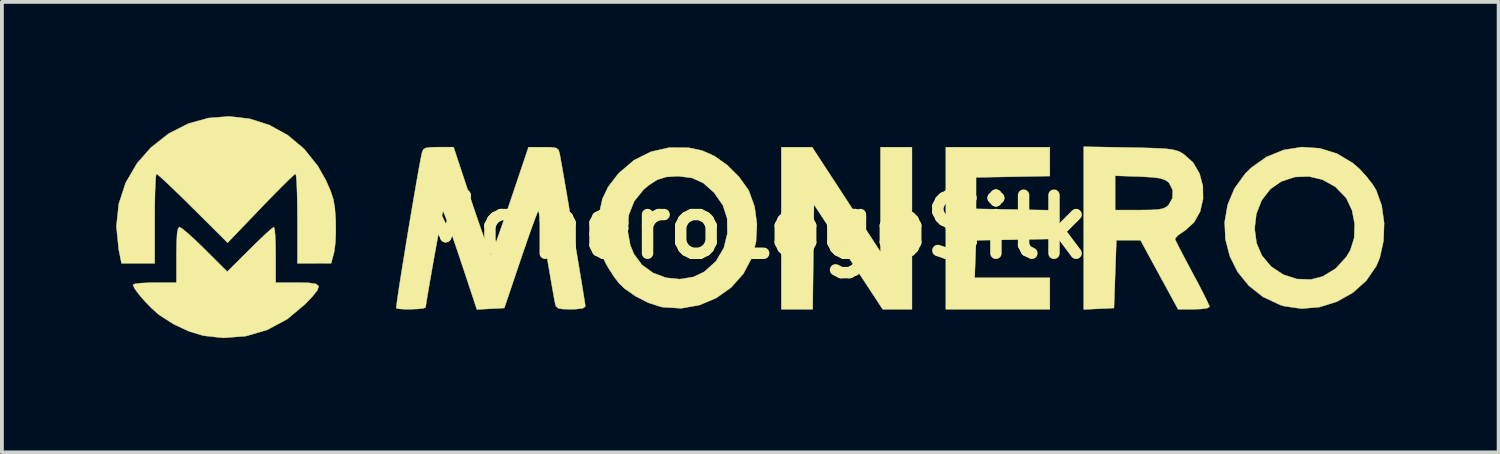
<source format=kicad_pcb>
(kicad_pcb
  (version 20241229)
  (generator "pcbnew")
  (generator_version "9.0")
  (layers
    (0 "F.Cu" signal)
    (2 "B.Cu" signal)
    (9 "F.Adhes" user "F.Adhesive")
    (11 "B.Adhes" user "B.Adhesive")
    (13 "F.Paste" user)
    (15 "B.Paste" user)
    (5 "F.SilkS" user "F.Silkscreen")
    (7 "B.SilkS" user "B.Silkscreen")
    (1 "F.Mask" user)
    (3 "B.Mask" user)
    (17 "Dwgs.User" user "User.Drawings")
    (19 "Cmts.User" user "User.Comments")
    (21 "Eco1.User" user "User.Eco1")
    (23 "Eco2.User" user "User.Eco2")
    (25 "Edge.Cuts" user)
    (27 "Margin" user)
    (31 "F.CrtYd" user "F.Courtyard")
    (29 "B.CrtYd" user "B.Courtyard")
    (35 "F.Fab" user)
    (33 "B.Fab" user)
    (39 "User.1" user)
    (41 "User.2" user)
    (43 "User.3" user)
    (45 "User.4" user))
  (footprint "MoneroLogoSilk"
    (layer "F.Cu")
    (at 16.631 2.908)
    (property "Reference" "MoneroLogoSilk" (at 0 0 0) (layer "F.SilkS") (effects (font (size 1.524 1.524) (thickness 0.3))))
    (attr through_hole)
    (fp_poly (pts (xy 2.533 -0.721) (xy 3.429 0.653) (xy 3.429 -2.095) (xy 4.255 -2.095) (xy 4.255 2.159) (xy 3.486 2.159) (xy 2.584 0.784) (xy 1.683 -0.59) (xy 1.666 0.784) (xy 1.649 2.159) (xy 0.826 2.159) (xy 0.826 -2.095) (xy 1.636 -2.095) (xy 2.533 -0.721)) (stroke (width 0.01) (type solid)) (fill yes) (layer "F.SilkS"))
    (fp_poly (pts (xy 7.874 -1.337) (xy 5.937 -1.302) (xy 5.937 -0.476) (xy 6.906 -0.459) (xy 7.874 -0.441) (xy 7.874 0.314) (xy 5.937 0.349) (xy 5.919 0.841) (xy 5.9 1.333) (xy 7.874 1.333) (xy 7.874 2.159) (xy 5.144 2.159) (xy 5.144 -2.095) (xy 7.874 -2.095) (xy 7.874 -1.337)) (stroke (width 0.01) (type solid)) (fill yes) (layer "F.SilkS"))
    (fp_poly (pts (xy -12.474 0.059) (xy -12.459 0.221) (xy -12.449 0.459) (xy -12.446 0.73) (xy -12.446 1.46) (xy -11.874 1.46) (xy -11.572 1.466) (xy -11.388 1.493) (xy -11.315 1.554) (xy -11.351 1.663) (xy -11.489 1.833) (xy -11.669 2.022) (xy -12.139 2.416) (xy -12.663 2.698) (xy -13.228 2.864) (xy -13.822 2.91) (xy -14.34 2.853) (xy -14.722 2.738) (xy -15.123 2.551) (xy -15.484 2.32) (xy -15.537 2.279) (xy -15.712 2.122) (xy -15.89 1.938) (xy -16.045 1.756) (xy -16.154 1.605) (xy -16.192 1.515) (xy -16.134 1.491) (xy -15.976 1.472) (xy -15.749 1.462) (xy -15.621 1.46) (xy -15.05 1.46) (xy -15.05 0.73) (xy -15.045 0.392) (xy -15.032 0.166) (xy -15.008 0.04) (xy -14.972 0.000015) (xy -14.971 0) (xy -14.899 0.043) (xy -14.758 0.159) (xy -14.566 0.333) (xy -14.344 0.547) (xy -14.305 0.586) (xy -13.716 1.172) (xy -13.127 0.586) (xy -12.905 0.368) (xy -12.714 0.186) (xy -12.572 0.059) (xy -12.497 0.002) (xy -12.492 0) (xy -12.474 0.059)) (stroke (width 0.01) (type solid)) (fill yes) (layer "F.SilkS"))
    (fp_poly (pts (xy -13.128 -2.841) (xy -12.613 -2.677) (xy -12.133 -2.413) (xy -11.703 -2.054) (xy -11.339 -1.601) (xy -11.128 -1.227) (xy -11.009 -0.958) (xy -10.935 -0.737) (xy -10.894 -0.508) (xy -10.872 -0.215) (xy -10.87 -0.161) (xy -10.867 0.139) (xy -10.88 0.423) (xy -10.908 0.641) (xy -10.918 0.683) (xy -10.99 0.952) (xy -11.432 0.953) (xy -11.874 0.953) (xy -11.874 -0.222) (xy -11.877 -0.593) (xy -11.884 -0.915) (xy -11.894 -1.17) (xy -11.907 -1.338) (xy -11.922 -1.398) (xy -11.979 -1.355) (xy -12.108 -1.233) (xy -12.297 -1.047) (xy -12.531 -0.81) (xy -12.796 -0.537) (xy -12.838 -0.493) (xy -13.707 0.413) (xy -14.617 -0.492) (xy -14.895 -0.767) (xy -15.144 -1.007) (xy -15.348 -1.201) (xy -15.495 -1.335) (xy -15.569 -1.395) (xy -15.574 -1.397) (xy -15.589 -1.337) (xy -15.602 -1.169) (xy -15.612 -0.914) (xy -15.619 -0.592) (xy -15.621 -0.222) (xy -15.621 0.953) (xy -16.492 0.953) (xy -16.565 0.593) (xy -16.626 -0.017) (xy -16.564 -0.605) (xy -16.383 -1.16) (xy -16.085 -1.671) (xy -15.725 -2.081) (xy -15.252 -2.453) (xy -14.742 -2.712) (xy -14.208 -2.861) (xy -13.665 -2.903) (xy -13.128 -2.841)) (stroke (width 0.01) (type solid)) (fill yes) (layer "F.SilkS"))
    (fp_poly (pts (xy 14.957 -2.066) (xy 15.411 -1.926) (xy 15.825 -1.678) (xy 15.996 -1.53) (xy 16.181 -1.329) (xy 16.346 -1.117) (xy 16.437 -0.971) (xy 16.583 -0.565) (xy 16.648 -0.106) (xy 16.631 0.365) (xy 16.534 0.805) (xy 16.442 1.025) (xy 16.177 1.411) (xy 15.824 1.726) (xy 15.408 1.959) (xy 14.952 2.102) (xy 14.479 2.143) (xy 14.013 2.075) (xy 13.925 2.048) (xy 13.47 1.835) (xy 13.095 1.539) (xy 12.802 1.177) (xy 12.597 0.767) (xy 12.483 0.326) (xy 12.47 0.044) (xy 13.248 0.044) (xy 13.301 0.427) (xy 13.438 0.748) (xy 13.684 1.04) (xy 13.999 1.249) (xy 14.355 1.365) (xy 14.724 1.378) (xy 15.036 1.298) (xy 15.378 1.089) (xy 15.658 0.781) (xy 15.76 0.609) (xy 15.861 0.289) (xy 15.875 -0.075) (xy 15.806 -0.436) (xy 15.658 -0.75) (xy 15.641 -0.774) (xy 15.368 -1.055) (xy 15.036 -1.24) (xy 14.673 -1.327) (xy 14.302 -1.313) (xy 13.949 -1.196) (xy 13.663 -0.997) (xy 13.433 -0.701) (xy 13.294 -0.343) (xy 13.248 0.044) (xy 12.47 0.044) (xy 12.462 -0.129) (xy 12.54 -0.581) (xy 12.72 -1.012) (xy 13.005 -1.405) (xy 13.151 -1.549) (xy 13.561 -1.84) (xy 14.012 -2.023) (xy 14.484 -2.098) (xy 14.957 -2.066)) (stroke (width 0.01) (type solid)) (fill yes) (layer "F.SilkS"))
    (fp_poly (pts (xy 9.954 -2.086) (xy 10.374 -2.077) (xy 10.688 -2.067) (xy 10.917 -2.054) (xy 11.08 -2.034) (xy 11.199 -2.006) (xy 11.294 -1.967) (xy 11.384 -1.914) (xy 11.634 -1.692) (xy 11.803 -1.403) (xy 11.89 -1.075) (xy 11.895 -0.735) (xy 11.819 -0.408) (xy 11.66 -0.123) (xy 11.419 0.095) (xy 11.393 0.111) (xy 11.247 0.21) (xy 11.167 0.294) (xy 11.161 0.32) (xy 11.196 0.397) (xy 11.28 0.564) (xy 11.403 0.799) (xy 11.553 1.081) (xy 11.621 1.208) (xy 11.778 1.503) (xy 11.911 1.76) (xy 12.008 1.957) (xy 12.06 2.074) (xy 12.065 2.095) (xy 12.006 2.129) (xy 11.85 2.152) (xy 11.652 2.159) (xy 11.239 2.159) (xy 11.075 1.857) (xy 10.973 1.67) (xy 10.832 1.412) (xy 10.675 1.124) (xy 10.582 0.953) (xy 10.254 0.349) (xy 9.62 0.349) (xy 9.557 2.127) (xy 8.763 2.165) (xy 8.763 -0.445) (xy 9.588 -0.445) (xy 10.223 -0.445) (xy 10.523 -0.448) (xy 10.724 -0.46) (xy 10.854 -0.487) (xy 10.941 -0.533) (xy 10.986 -0.572) (xy 11.092 -0.756) (xy 11.099 -0.966) (xy 11.007 -1.152) (xy 10.979 -1.181) (xy 10.89 -1.24) (xy 10.76 -1.28) (xy 10.562 -1.305) (xy 10.269 -1.322) (xy 10.217 -1.324) (xy 9.588 -1.345) (xy 9.588 -0.445) (xy 8.763 -0.445) (xy 8.763 -2.107) (xy 9.954 -2.086)) (stroke (width 0.01) (type solid)) (fill yes) (layer "F.SilkS"))
    (fp_poly (pts (xy -1.608 -2.081) (xy -1.254 -2.007) (xy -0.925 -1.86) (xy -0.592 -1.623) (xy -0.291 -1.324) (xy -0.054 -0.996) (xy -0.017 -0.927) (xy 0.126 -0.528) (xy 0.186 -0.075) (xy 0.162 0.387) (xy 0.059 0.793) (xy -0.168 1.224) (xy -0.487 1.584) (xy -0.879 1.863) (xy -1.322 2.05) (xy -1.799 2.134) (xy -2.288 2.104) (xy -2.335 2.095) (xy -2.662 1.989) (xy -2.999 1.818) (xy -3.293 1.612) (xy -3.433 1.477) (xy -3.572 1.295) (xy -3.719 1.064) (xy -3.792 0.934) (xy -3.878 0.75) (xy -3.93 0.579) (xy -3.956 0.376) (xy -3.966 0.099) (xy -3.966 0.072) (xy -3.212 0.072) (xy -3.139 0.475) (xy -3.042 0.709) (xy -2.83 0.995) (xy -2.54 1.205) (xy -2.199 1.332) (xy -1.836 1.369) (xy -1.478 1.31) (xy -1.197 1.176) (xy -0.89 0.9) (xy -0.684 0.552) (xy -0.591 0.175) (xy -0.596 -0.224) (xy -0.707 -0.57) (xy -0.933 -0.895) (xy -0.944 -0.907) (xy -1.22 -1.153) (xy -1.518 -1.289) (xy -1.879 -1.333) (xy -1.899 -1.334) (xy -2.195 -1.314) (xy -2.43 -1.241) (xy -2.657 -1.094) (xy -2.791 -0.979) (xy -3.035 -0.677) (xy -3.177 -0.319) (xy -3.212 0.072) (xy -3.966 0.072) (xy -3.966 0.032) (xy -3.945 -0.396) (xy -3.868 -0.744) (xy -3.719 -1.052) (xy -3.484 -1.36) (xy -3.421 -1.43) (xy -3.039 -1.755) (xy -2.597 -1.975) (xy -2.113 -2.085) (xy -1.608 -2.081)) (stroke (width 0.01) (type solid)) (fill yes) (layer "F.SilkS"))
    (fp_poly (pts (xy -7.304 -0.671) (xy -7.17 -0.272) (xy -7.047 0.081) (xy -6.942 0.373) (xy -6.86 0.588) (xy -6.808 0.709) (xy -6.792 0.729) (xy -6.761 0.664) (xy -6.697 0.496) (xy -6.605 0.242) (xy -6.491 -0.082) (xy -6.362 -0.457) (xy -6.281 -0.695) (xy -5.81 -2.095) (xy -5.418 -2.095) (xy -5.203 -2.092) (xy -5.082 -2.073) (xy -5.023 -2.025) (xy -4.994 -1.936) (xy -4.991 -1.921) (xy -4.966 -1.783) (xy -4.924 -1.549) (xy -4.87 -1.238) (xy -4.806 -0.867) (xy -4.736 -0.455) (xy -4.663 -0.021) (xy -4.589 0.417) (xy -4.519 0.84) (xy -4.454 1.23) (xy -4.398 1.568) (xy -4.355 1.835) (xy -4.327 2.014) (xy -4.318 2.084) (xy -4.38 2.132) (xy -4.562 2.156) (xy -4.698 2.159) (xy -4.912 2.154) (xy -5.031 2.132) (xy -5.088 2.082) (xy -5.109 2.016) (xy -5.13 1.909) (xy -5.167 1.7) (xy -5.218 1.412) (xy -5.277 1.067) (xy -5.334 0.735) (xy -5.396 0.371) (xy -5.453 0.052) (xy -5.5 -0.201) (xy -5.534 -0.367) (xy -5.55 -0.427) (xy -5.576 -0.377) (xy -5.636 -0.224) (xy -5.724 0.017) (xy -5.834 0.326) (xy -5.958 0.688) (xy -6.009 0.838) (xy -6.445 2.127) (xy -7.164 2.165) (xy -7.596 0.863) (xy -7.724 0.484) (xy -7.839 0.15) (xy -7.935 -0.121) (xy -8.007 -0.312) (xy -8.048 -0.406) (xy -8.055 -0.412) (xy -8.071 -0.347) (xy -8.105 -0.179) (xy -8.153 0.067) (xy -8.209 0.37) (xy -8.27 0.705) (xy -8.332 1.05) (xy -8.39 1.382) (xy -8.441 1.677) (xy -8.481 1.913) (xy -8.504 2.067) (xy -8.509 2.111) (xy -8.565 2.134) (xy -8.707 2.15) (xy -8.891 2.158) (xy -9.077 2.157) (xy -9.221 2.147) (xy -9.28 2.129) (xy -9.275 2.064) (xy -9.252 1.891) (xy -9.213 1.629) (xy -9.161 1.297) (xy -9.099 0.911) (xy -9.031 0.489) (xy -8.959 0.051) (xy -8.885 -0.386) (xy -8.814 -0.805) (xy -8.748 -1.187) (xy -8.69 -1.514) (xy -8.643 -1.768) (xy -8.609 -1.932) (xy -8.605 -1.953) (xy -8.573 -2.031) (xy -8.506 -2.074) (xy -8.372 -2.092) (xy -8.173 -2.096) (xy -7.776 -2.096) (xy -7.304 -0.671)) (stroke (width 0.01) (type solid)) (fill yes) (layer "F.SilkS")))
  (gr_rect
    (start -3 -3)
    (end 36.284 8.824)
    (stroke (width 0.1) (type default))
    (fill no)
    (layer "Edge.Cuts")))
</source>
